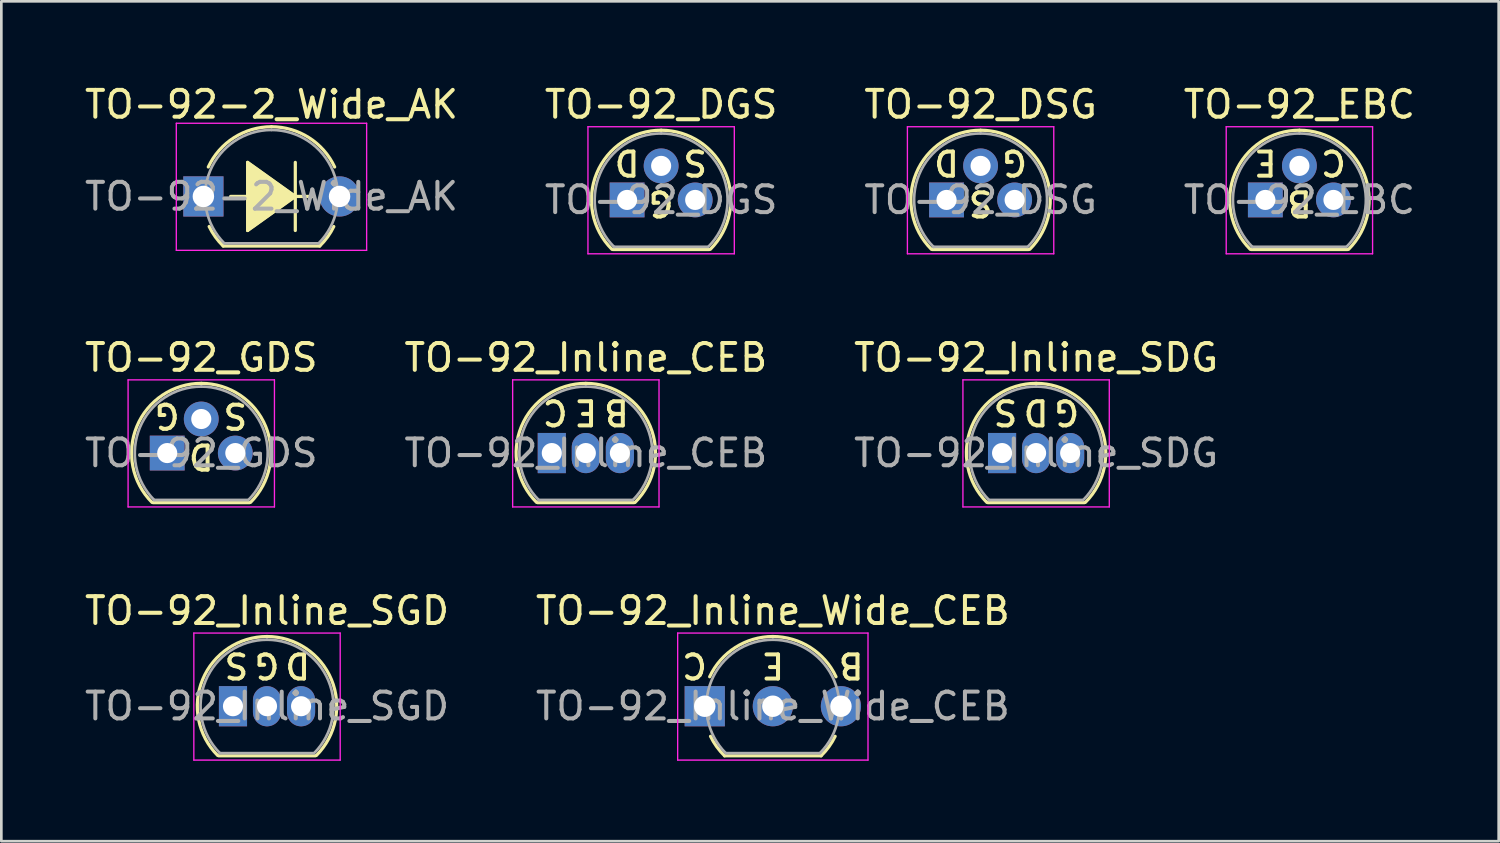
<source format=kicad_pcb>
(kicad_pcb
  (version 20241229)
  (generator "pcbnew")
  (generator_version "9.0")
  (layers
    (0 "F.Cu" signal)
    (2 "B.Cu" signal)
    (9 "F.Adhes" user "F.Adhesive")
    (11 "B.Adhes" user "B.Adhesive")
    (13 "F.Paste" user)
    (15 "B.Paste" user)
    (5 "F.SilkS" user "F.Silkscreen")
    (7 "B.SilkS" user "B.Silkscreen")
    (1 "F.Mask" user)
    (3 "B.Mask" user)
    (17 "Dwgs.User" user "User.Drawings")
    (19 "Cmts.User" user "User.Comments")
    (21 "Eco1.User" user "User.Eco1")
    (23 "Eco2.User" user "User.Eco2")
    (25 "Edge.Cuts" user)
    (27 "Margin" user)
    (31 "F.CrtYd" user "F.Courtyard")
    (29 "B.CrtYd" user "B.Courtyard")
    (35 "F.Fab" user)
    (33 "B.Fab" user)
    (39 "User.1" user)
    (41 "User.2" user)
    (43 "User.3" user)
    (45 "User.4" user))
  (footprint "TO-92_Inline_SGD"
    (layer "F.Cu")
    (at 5.641 23.295)
    (property "Reference" "TO-92_Inline_SGD" (at 1.27 -3.56 0) (layer "F.SilkS") (effects (font (size 1 1) (thickness 0.15))))
    (fp_line (start -0.53 1.85) (end 3.07 1.85) (stroke (width 0.12) (type solid)) (layer "F.SilkS"))
    (fp_arc (start -0.568478 1.838478) (mid -1.132087 -0.994977) (end 1.27 -2.6) (stroke (width 0.12) (type solid)) (layer "F.SilkS"))
    (fp_arc (start 1.27 -2.6) (mid 3.672087 -0.994977) (end 3.108478 1.838478) (stroke (width 0.12) (type solid)) (layer "F.SilkS"))
    (fp_line (start -1.46 -2.73) (end -1.46 2.01) (stroke (width 0.05) (type solid)) (layer "F.CrtYd"))
    (fp_line (start -1.46 -2.73) (end 4 -2.73) (stroke (width 0.05) (type solid)) (layer "F.CrtYd"))
    (fp_line (start 4 2.01) (end -1.46 2.01) (stroke (width 0.05) (type solid)) (layer "F.CrtYd"))
    (fp_line (start 4 2.01) (end 4 -2.73) (stroke (width 0.05) (type solid)) (layer "F.CrtYd"))
    (fp_line (start -0.5 1.75) (end 3 1.75) (stroke (width 0.1) (type solid)) (layer "F.Fab"))
    (fp_arc (start -0.483625 1.753625) (mid -1.021221 -0.949055) (end 1.27 -2.48) (stroke (width 0.1) (type solid)) (layer "F.Fab"))
    (fp_arc (start 1.27 -2.48) (mid 3.561221 -0.949055) (end 3.023625 1.753625) (stroke (width 0.1) (type solid)) (layer "F.Fab"))
    (fp_text user "G" (at 1.27 -1.524 180) (unlocked yes) (layer "F.SilkS") (effects (font (size 0.9 0.9) (thickness 0.15))))
    (fp_text user "S" (at 0.127 -1.524 180) (unlocked yes) (layer "F.SilkS") (effects (font (size 0.9 0.9) (thickness 0.15))))
    (fp_text user "D" (at 2.413 -1.524 180) (unlocked yes) (layer "F.SilkS") (effects (font (size 0.9 0.9) (thickness 0.15))))
    (fp_text user "${REFERENCE}" (at 1.27 0 0) (layer "F.Fab") (effects (font (size 1 1) (thickness 0.15))))
    (pad "1" thru_hole rect (at 0 0) (size 1.05 1.5) (drill 0.75) (layers "*.Cu" "*.Mask"))
    (pad "2" thru_hole oval (at 1.27 0) (size 1.05 1.5) (drill 0.75) (layers "*.Cu" "*.Mask"))
    (pad "3" thru_hole oval (at 2.54 0) (size 1.05 1.5) (drill 0.75) (layers "*.Cu" "*.Mask")))
  (footprint "TO-92_Inline_SDG"
    (layer "F.Cu")
    (at 34.331 13.851)
    (property "Reference" "TO-92_Inline_SDG" (at 1.27 -3.56 0) (layer "F.SilkS") (effects (font (size 1 1) (thickness 0.15))))
    (fp_line (start -0.53 1.85) (end 3.07 1.85) (stroke (width 0.12) (type solid)) (layer "F.SilkS"))
    (fp_arc (start -0.568478 1.838478) (mid -1.132087 -0.994977) (end 1.27 -2.6) (stroke (width 0.12) (type solid)) (layer "F.SilkS"))
    (fp_arc (start 1.27 -2.6) (mid 3.672087 -0.994977) (end 3.108478 1.838478) (stroke (width 0.12) (type solid)) (layer "F.SilkS"))
    (fp_line (start -1.46 -2.73) (end -1.46 2.01) (stroke (width 0.05) (type solid)) (layer "F.CrtYd"))
    (fp_line (start -1.46 -2.73) (end 4 -2.73) (stroke (width 0.05) (type solid)) (layer "F.CrtYd"))
    (fp_line (start 4 2.01) (end -1.46 2.01) (stroke (width 0.05) (type solid)) (layer "F.CrtYd"))
    (fp_line (start 4 2.01) (end 4 -2.73) (stroke (width 0.05) (type solid)) (layer "F.CrtYd"))
    (fp_line (start -0.5 1.75) (end 3 1.75) (stroke (width 0.1) (type solid)) (layer "F.Fab"))
    (fp_arc (start -0.483625 1.753625) (mid -1.021221 -0.949055) (end 1.27 -2.48) (stroke (width 0.1) (type solid)) (layer "F.Fab"))
    (fp_arc (start 1.27 -2.48) (mid 3.561221 -0.949055) (end 3.023625 1.753625) (stroke (width 0.1) (type solid)) (layer "F.Fab"))
    (fp_text user "S" (at 0.127 -1.524 180) (unlocked yes) (layer "F.SilkS") (effects (font (size 0.9 0.9) (thickness 0.15))))
    (fp_text user "D" (at 1.27 -1.524 180) (unlocked yes) (layer "F.SilkS") (effects (font (size 0.9 0.9) (thickness 0.15))))
    (fp_text user "G" (at 2.413 -1.524 180) (unlocked yes) (layer "F.SilkS") (effects (font (size 0.9 0.9) (thickness 0.15))))
    (fp_text user "${REFERENCE}" (at 1.27 0 0) (layer "F.Fab") (effects (font (size 1 1) (thickness 0.15))))
    (pad "1" thru_hole rect (at 0 0) (size 1.05 1.5) (drill 0.75) (layers "*.Cu" "*.Mask"))
    (pad "2" thru_hole oval (at 1.27 0) (size 1.05 1.5) (drill 0.75) (layers "*.Cu" "*.Mask"))
    (pad "3" thru_hole oval (at 2.54 0) (size 1.05 1.5) (drill 0.75) (layers "*.Cu" "*.Mask")))
  (footprint "TO-92_EBC"
    (layer "F.Cu")
    (at 44.153 4.408)
    (property "Reference" "TO-92_EBC" (at 1.27 -3.56 0) (layer "F.SilkS") (effects (font (size 1 1) (thickness 0.15))))
    (fp_line (start -0.53 1.85) (end 3.07 1.85) (stroke (width 0.12) (type solid)) (layer "F.SilkS"))
    (fp_arc (start -0.568478 1.838478) (mid -1.132087 -0.994977) (end 1.27 -2.6) (stroke (width 0.12) (type solid)) (layer "F.SilkS"))
    (fp_arc (start 1.27 -2.6) (mid 3.672087 -0.994977) (end 3.108478 1.838478) (stroke (width 0.12) (type solid)) (layer "F.SilkS"))
    (fp_line (start -1.46 -2.73) (end -1.46 2.01) (stroke (width 0.05) (type solid)) (layer "F.CrtYd"))
    (fp_line (start -1.46 -2.73) (end 4 -2.73) (stroke (width 0.05) (type solid)) (layer "F.CrtYd"))
    (fp_line (start 4 2.01) (end -1.46 2.01) (stroke (width 0.05) (type solid)) (layer "F.CrtYd"))
    (fp_line (start 4 2.01) (end 4 -2.73) (stroke (width 0.05) (type solid)) (layer "F.CrtYd"))
    (fp_line (start -0.5 1.75) (end 3 1.75) (stroke (width 0.1) (type solid)) (layer "F.Fab"))
    (fp_arc (start -0.483625 1.753625) (mid -1.021221 -0.949055) (end 1.27 -2.48) (stroke (width 0.1) (type solid)) (layer "F.Fab"))
    (fp_arc (start 1.27 -2.48) (mid 3.561221 -0.949055) (end 3.023625 1.753625) (stroke (width 0.1) (type solid)) (layer "F.Fab"))
    (fp_text user "B" (at 1.27 0.127 180) (unlocked yes) (layer "F.SilkS") (effects (font (size 0.9 0.9) (thickness 0.15))))
    (fp_text user "E" (at 0 -1.397 180) (unlocked yes) (layer "F.SilkS") (effects (font (size 0.9 0.9) (thickness 0.15))))
    (fp_text user "C" (at 2.54 -1.397 180) (unlocked yes) (layer "F.SilkS") (effects (font (size 0.9 0.9) (thickness 0.15))))
    (fp_text user "${REFERENCE}" (at 1.27 0 0) (layer "F.Fab") (effects (font (size 1 1) (thickness 0.15))))
    (pad "1" thru_hole rect (at 0 0 90) (size 1.3 1.3) (drill 0.75) (layers "*.Cu" "*.Mask"))
    (pad "2" thru_hole circle (at 1.27 -1.27 90) (size 1.3 1.3) (drill 0.75) (layers "*.Cu" "*.Mask"))
    (pad "3" thru_hole circle (at 2.54 0 90) (size 1.3 1.3) (drill 0.75) (layers "*.Cu" "*.Mask")))
  (footprint "TO-92_Inline_Wide_CEB"
    (layer "F.Cu")
    (at 23.24 23.295)
    (property "Reference" "TO-92_Inline_Wide_CEB" (at 2.54 -3.56 0) (layer "F.SilkS") (effects (font (size 1 1) (thickness 0.15))))
    (fp_line (start 0.74 1.85) (end 4.34 1.85) (stroke (width 0.12) (type solid)) (layer "F.SilkS"))
    (fp_arc (start 0.1836 -1.098807) (mid 1.143021 -2.192817) (end 2.54 -2.6) (stroke (width 0.12) (type solid)) (layer "F.SilkS"))
    (fp_arc (start 0.74 1.85) (mid 0.446097 1.509328) (end 0.215816 1.122795) (stroke (width 0.12) (type solid)) (layer "F.SilkS"))
    (fp_arc (start 2.54 -2.6) (mid 3.936979 -2.192818) (end 4.8964 -1.098807) (stroke (width 0.12) (type solid)) (layer "F.SilkS"))
    (fp_arc (start 4.864184 1.122795) (mid 4.633903 1.509328) (end 4.34 1.85) (stroke (width 0.12) (type solid)) (layer "F.SilkS"))
    (fp_line (start -1.01 -2.73) (end -1.01 2.01) (stroke (width 0.05) (type solid)) (layer "F.CrtYd"))
    (fp_line (start -1.01 -2.73) (end 6.09 -2.73) (stroke (width 0.05) (type solid)) (layer "F.CrtYd"))
    (fp_line (start 6.09 2.01) (end -1.01 2.01) (stroke (width 0.05) (type solid)) (layer "F.CrtYd"))
    (fp_line (start 6.09 2.01) (end 6.09 -2.73) (stroke (width 0.05) (type solid)) (layer "F.CrtYd"))
    (fp_line (start 0.8 1.75) (end 4.3 1.75) (stroke (width 0.1) (type solid)) (layer "F.Fab"))
    (fp_arc (start 0.786375 1.753625) (mid 0.248779 -0.949055) (end 2.54 -2.48) (stroke (width 0.1) (type solid)) (layer "F.Fab"))
    (fp_arc (start 2.54 -2.48) (mid 4.831221 -0.949055) (end 4.293625 1.753625) (stroke (width 0.1) (type solid)) (layer "F.Fab"))
    (fp_text user "B" (at 5.461 -1.524 180) (unlocked yes) (layer "F.SilkS") (effects (font (size 0.9 0.9) (thickness 0.15))))
    (fp_text user "C" (at -0.381 -1.524 180) (unlocked yes) (layer "F.SilkS") (effects (font (size 0.9 0.9) (thickness 0.15))))
    (fp_text user "E" (at 2.54 -1.524 180) (unlocked yes) (layer "F.SilkS") (effects (font (size 0.9 0.9) (thickness 0.15))))
    (fp_text user "${REFERENCE}" (at 2.54 0 0) (layer "F.Fab") (effects (font (size 1 1) (thickness 0.15))))
    (pad "1" thru_hole rect (at 0 0 90) (size 1.5 1.5) (drill 0.8) (layers "*.Cu" "*.Mask"))
    (pad "2" thru_hole circle (at 2.54 0 90) (size 1.5 1.5) (drill 0.8) (layers "*.Cu" "*.Mask"))
    (pad "3" thru_hole circle (at 5.08 0 90) (size 1.5 1.5) (drill 0.8) (layers "*.Cu" "*.Mask")))
  (footprint "TO-92_DGS"
    (layer "F.Cu")
    (at 20.343 4.408)
    (property "Reference" "TO-92_DGS" (at 1.27 -3.56 0) (layer "F.SilkS") (effects (font (size 1 1) (thickness 0.15))))
    (fp_line (start -0.53 1.85) (end 3.07 1.85) (stroke (width 0.12) (type solid)) (layer "F.SilkS"))
    (fp_arc (start -0.568478 1.838478) (mid -1.132087 -0.994977) (end 1.27 -2.6) (stroke (width 0.12) (type solid)) (layer "F.SilkS"))
    (fp_arc (start 1.27 -2.6) (mid 3.672087 -0.994977) (end 3.108478 1.838478) (stroke (width 0.12) (type solid)) (layer "F.SilkS"))
    (fp_line (start -1.46 -2.73) (end -1.46 2.01) (stroke (width 0.05) (type solid)) (layer "F.CrtYd"))
    (fp_line (start -1.46 -2.73) (end 4 -2.73) (stroke (width 0.05) (type solid)) (layer "F.CrtYd"))
    (fp_line (start 4 2.01) (end -1.46 2.01) (stroke (width 0.05) (type solid)) (layer "F.CrtYd"))
    (fp_line (start 4 2.01) (end 4 -2.73) (stroke (width 0.05) (type solid)) (layer "F.CrtYd"))
    (fp_line (start -0.5 1.75) (end 3 1.75) (stroke (width 0.1) (type solid)) (layer "F.Fab"))
    (fp_arc (start -0.483625 1.753625) (mid -1.021221 -0.949055) (end 1.27 -2.48) (stroke (width 0.1) (type solid)) (layer "F.Fab"))
    (fp_arc (start 1.27 -2.48) (mid 3.561221 -0.949055) (end 3.023625 1.753625) (stroke (width 0.1) (type solid)) (layer "F.Fab"))
    (fp_text user "G" (at 1.27 0.127 180) (unlocked yes) (layer "F.SilkS") (effects (font (size 0.9 0.9) (thickness 0.15))))
    (fp_text user "S" (at 2.54 -1.397 180) (unlocked yes) (layer "F.SilkS") (effects (font (size 0.9 0.9) (thickness 0.15))))
    (fp_text user "D" (at 0 -1.397 180) (unlocked yes) (layer "F.SilkS") (effects (font (size 0.9 0.9) (thickness 0.15))))
    (fp_text user "${REFERENCE}" (at 1.27 0 0) (layer "F.Fab") (effects (font (size 1 1) (thickness 0.15))))
    (pad "1" thru_hole rect (at 0 0 90) (size 1.3 1.3) (drill 0.75) (layers "*.Cu" "*.Mask"))
    (pad "2" thru_hole circle (at 1.27 -1.27 90) (size 1.3 1.3) (drill 0.75) (layers "*.Cu" "*.Mask"))
    (pad "3" thru_hole circle (at 2.54 0 90) (size 1.3 1.3) (drill 0.75) (layers "*.Cu" "*.Mask")))
  (footprint "TO-92_GDS"
    (layer "F.Cu")
    (at 3.188 13.851)
    (property "Reference" "TO-92_GDS" (at 1.27 -3.56 0) (layer "F.SilkS") (effects (font (size 1 1) (thickness 0.15))))
    (fp_line (start -0.53 1.85) (end 3.07 1.85) (stroke (width 0.12) (type solid)) (layer "F.SilkS"))
    (fp_arc (start -0.568478 1.838478) (mid -1.132087 -0.994977) (end 1.27 -2.6) (stroke (width 0.12) (type solid)) (layer "F.SilkS"))
    (fp_arc (start 1.27 -2.6) (mid 3.672087 -0.994977) (end 3.108478 1.838478) (stroke (width 0.12) (type solid)) (layer "F.SilkS"))
    (fp_line (start -1.46 -2.73) (end -1.46 2.01) (stroke (width 0.05) (type solid)) (layer "F.CrtYd"))
    (fp_line (start -1.46 -2.73) (end 4 -2.73) (stroke (width 0.05) (type solid)) (layer "F.CrtYd"))
    (fp_line (start 4 2.01) (end -1.46 2.01) (stroke (width 0.05) (type solid)) (layer "F.CrtYd"))
    (fp_line (start 4 2.01) (end 4 -2.73) (stroke (width 0.05) (type solid)) (layer "F.CrtYd"))
    (fp_line (start -0.5 1.75) (end 3 1.75) (stroke (width 0.1) (type solid)) (layer "F.Fab"))
    (fp_arc (start -0.483625 1.753625) (mid -1.021221 -0.949055) (end 1.27 -2.48) (stroke (width 0.1) (type solid)) (layer "F.Fab"))
    (fp_arc (start 1.27 -2.48) (mid 3.561221 -0.949055) (end 3.023625 1.753625) (stroke (width 0.1) (type solid)) (layer "F.Fab"))
    (fp_text user "S" (at 2.54 -1.397 180) (unlocked yes) (layer "F.SilkS") (effects (font (size 0.9 0.9) (thickness 0.15))))
    (fp_text user "G" (at 0 -1.397 180) (unlocked yes) (layer "F.SilkS") (effects (font (size 0.9 0.9) (thickness 0.15))))
    (fp_text user "D" (at 1.27 0.127 180) (unlocked yes) (layer "F.SilkS") (effects (font (size 0.9 0.9) (thickness 0.15))))
    (fp_text user "${REFERENCE}" (at 1.27 0 0) (layer "F.Fab") (effects (font (size 1 1) (thickness 0.15))))
    (pad "1" thru_hole rect (at 0 0 90) (size 1.3 1.3) (drill 0.75) (layers "*.Cu" "*.Mask"))
    (pad "2" thru_hole circle (at 1.27 -1.27 90) (size 1.3 1.3) (drill 0.75) (layers "*.Cu" "*.Mask"))
    (pad "3" thru_hole circle (at 2.54 0 90) (size 1.3 1.3) (drill 0.75) (layers "*.Cu" "*.Mask")))
  (footprint "TO-92_DSG"
    (layer "F.Cu")
    (at 32.26 4.408)
    (property "Reference" "TO-92_DSG" (at 1.27 -3.56 0) (layer "F.SilkS") (effects (font (size 1 1) (thickness 0.15))))
    (fp_line (start -0.53 1.85) (end 3.07 1.85) (stroke (width 0.12) (type solid)) (layer "F.SilkS"))
    (fp_arc (start -0.568478 1.838478) (mid -1.132087 -0.994977) (end 1.27 -2.6) (stroke (width 0.12) (type solid)) (layer "F.SilkS"))
    (fp_arc (start 1.27 -2.6) (mid 3.672087 -0.994977) (end 3.108478 1.838478) (stroke (width 0.12) (type solid)) (layer "F.SilkS"))
    (fp_line (start -1.46 -2.73) (end -1.46 2.01) (stroke (width 0.05) (type solid)) (layer "F.CrtYd"))
    (fp_line (start -1.46 -2.73) (end 4 -2.73) (stroke (width 0.05) (type solid)) (layer "F.CrtYd"))
    (fp_line (start 4 2.01) (end -1.46 2.01) (stroke (width 0.05) (type solid)) (layer "F.CrtYd"))
    (fp_line (start 4 2.01) (end 4 -2.73) (stroke (width 0.05) (type solid)) (layer "F.CrtYd"))
    (fp_line (start -0.5 1.75) (end 3 1.75) (stroke (width 0.1) (type solid)) (layer "F.Fab"))
    (fp_arc (start -0.483625 1.753625) (mid -1.021221 -0.949055) (end 1.27 -2.48) (stroke (width 0.1) (type solid)) (layer "F.Fab"))
    (fp_arc (start 1.27 -2.48) (mid 3.561221 -0.949055) (end 3.023625 1.753625) (stroke (width 0.1) (type solid)) (layer "F.Fab"))
    (fp_text user "G" (at 2.54 -1.397 180) (unlocked yes) (layer "F.SilkS") (effects (font (size 0.9 0.9) (thickness 0.15))))
    (fp_text user "D" (at 0 -1.397 180) (unlocked yes) (layer "F.SilkS") (effects (font (size 0.9 0.9) (thickness 0.15))))
    (fp_text user "S" (at 1.27 0.127 180) (unlocked yes) (layer "F.SilkS") (effects (font (size 0.9 0.9) (thickness 0.15))))
    (fp_text user "${REFERENCE}" (at 1.27 0 0) (layer "F.Fab") (effects (font (size 1 1) (thickness 0.15))))
    (pad "1" thru_hole rect (at 0 0 90) (size 1.3 1.3) (drill 0.75) (layers "*.Cu" "*.Mask"))
    (pad "2" thru_hole circle (at 1.27 -1.27 90) (size 1.3 1.3) (drill 0.75) (layers "*.Cu" "*.Mask"))
    (pad "3" thru_hole circle (at 2.54 0 90) (size 1.3 1.3) (drill 0.75) (layers "*.Cu" "*.Mask")))
  (footprint "TO-92-2_Wide_AK"
    (layer "F.Cu")
    (at 4.537 4.278)
    (property "Reference" "TO-92-2_Wide_AK" (at 2.54 -3.43 0) (layer "F.SilkS") (effects (font (size 1 1) (thickness 0.15))))
    (fp_line (start 0.74 1.85) (end 4.34 1.85) (stroke (width 0.12) (type solid)) (layer "F.SilkS"))
    (fp_line (start 1.016 0) (end 1.651 0) (stroke (width 0.12) (type solid)) (layer "F.SilkS"))
    (fp_line (start 1.651 -1.27) (end 3.429 0) (stroke (width 0.12) (type solid)) (layer "F.SilkS"))
    (fp_line (start 1.651 1.27) (end 1.651 -1.27) (stroke (width 0.12) (type solid)) (layer "F.SilkS"))
    (fp_line (start 3.429 -1.27) (end 3.429 0) (stroke (width 0.12) (type solid)) (layer "F.SilkS"))
    (fp_line (start 3.429 0) (end 1.651 1.27) (stroke (width 0.12) (type solid)) (layer "F.SilkS"))
    (fp_line (start 3.429 0) (end 3.429 1.27) (stroke (width 0.12) (type solid)) (layer "F.SilkS"))
    (fp_line (start 4.064 0) (end 3.429 0) (stroke (width 0.12) (type solid)) (layer "F.SilkS"))
    (fp_arc (start 0.1836 -1.098807) (mid 1.143021 -2.192817) (end 2.54 -2.6) (stroke (width 0.12) (type solid)) (layer "F.SilkS"))
    (fp_arc (start 0.74 1.85) (mid 0.446097 1.509328) (end 0.215816 1.122795) (stroke (width 0.12) (type solid)) (layer "F.SilkS"))
    (fp_arc (start 2.54 -2.6) (mid 3.936979 -2.192818) (end 4.8964 -1.098807) (stroke (width 0.12) (type solid)) (layer "F.SilkS"))
    (fp_arc (start 4.864184 1.122795) (mid 4.633903 1.509328) (end 4.34 1.85) (stroke (width 0.12) (type solid)) (layer "F.SilkS"))
    (fp_poly (pts (xy 1.651 -1.27) (xy 3.429 0) (xy 1.651 1.27)) (stroke (width 0.1) (type solid)) (fill yes) (layer "F.SilkS"))
    (fp_line (start -1.01 -2.73) (end -1.01 2.01) (stroke (width 0.05) (type solid)) (layer "F.CrtYd"))
    (fp_line (start -1.01 -2.73) (end 6.09 -2.73) (stroke (width 0.05) (type solid)) (layer "F.CrtYd"))
    (fp_line (start 6.09 2.01) (end -1.01 2.01) (stroke (width 0.05) (type solid)) (layer "F.CrtYd"))
    (fp_line (start 6.09 2.01) (end 6.09 -2.73) (stroke (width 0.05) (type solid)) (layer "F.CrtYd"))
    (fp_line (start 0.8 1.75) (end 4.3 1.75) (stroke (width 0.1) (type solid)) (layer "F.Fab"))
    (fp_arc (start 0.786375 1.753625) (mid 0.248779 -0.949055) (end 2.54 -2.48) (stroke (width 0.1) (type solid)) (layer "F.Fab"))
    (fp_arc (start 2.54 -2.48) (mid 4.831221 -0.949055) (end 4.293625 1.753625) (stroke (width 0.1) (type solid)) (layer "F.Fab"))
    (fp_text user "${REFERENCE}" (at 2.54 0 0) (layer "F.Fab") (effects (font (size 1 1) (thickness 0.15))))
    (pad "1" thru_hole rect (at 0 0 90) (size 1.5 1.5) (drill 0.8) (layers "*.Cu" "*.Mask"))
    (pad "2" thru_hole circle (at 5.08 0 90) (size 1.5 1.5) (drill 0.8) (layers "*.Cu" "*.Mask")))
  (footprint "TO-92_Inline_CEB"
    (layer "F.Cu")
    (at 17.534 13.851)
    (property "Reference" "TO-92_Inline_CEB" (at 1.27 -3.56 0) (layer "F.SilkS") (effects (font (size 1 1) (thickness 0.15))))
    (fp_line (start -0.53 1.85) (end 3.07 1.85) (stroke (width 0.12) (type solid)) (layer "F.SilkS"))
    (fp_arc (start -0.568478 1.838478) (mid -1.132087 -0.994977) (end 1.27 -2.6) (stroke (width 0.12) (type solid)) (layer "F.SilkS"))
    (fp_arc (start 1.27 -2.6) (mid 3.672087 -0.994977) (end 3.108478 1.838478) (stroke (width 0.12) (type solid)) (layer "F.SilkS"))
    (fp_line (start -1.46 -2.73) (end -1.46 2.01) (stroke (width 0.05) (type solid)) (layer "F.CrtYd"))
    (fp_line (start -1.46 -2.73) (end 4 -2.73) (stroke (width 0.05) (type solid)) (layer "F.CrtYd"))
    (fp_line (start 4 2.01) (end -1.46 2.01) (stroke (width 0.05) (type solid)) (layer "F.CrtYd"))
    (fp_line (start 4 2.01) (end 4 -2.73) (stroke (width 0.05) (type solid)) (layer "F.CrtYd"))
    (fp_line (start -0.5 1.75) (end 3 1.75) (stroke (width 0.1) (type solid)) (layer "F.Fab"))
    (fp_arc (start -0.483625 1.753625) (mid -1.021221 -0.949055) (end 1.27 -2.48) (stroke (width 0.1) (type solid)) (layer "F.Fab"))
    (fp_arc (start 1.27 -2.48) (mid 3.561221 -0.949055) (end 3.023625 1.753625) (stroke (width 0.1) (type solid)) (layer "F.Fab"))
    (fp_text user "B" (at 2.413 -1.524 180) (unlocked yes) (layer "F.SilkS") (effects (font (size 0.9 0.9) (thickness 0.15))))
    (fp_text user "E" (at 1.27 -1.524 180) (unlocked yes) (layer "F.SilkS") (effects (font (size 0.9 0.9) (thickness 0.15))))
    (fp_text user "C" (at 0.127 -1.524 180) (unlocked yes) (layer "F.SilkS") (effects (font (size 0.9 0.9) (thickness 0.15))))
    (fp_text user "${REFERENCE}" (at 1.27 0 0) (layer "F.Fab") (effects (font (size 1 1) (thickness 0.15))))
    (pad "1" thru_hole rect (at 0 0) (size 1.05 1.5) (drill 0.75) (layers "*.Cu" "*.Mask"))
    (pad "2" thru_hole oval (at 1.27 0) (size 1.05 1.5) (drill 0.75) (layers "*.Cu" "*.Mask"))
    (pad "3" thru_hole oval (at 2.54 0) (size 1.05 1.5) (drill 0.75) (layers "*.Cu" "*.Mask")))
  (gr_rect
    (start -3 -3)
    (end 52.857 28.33)
    (stroke (width 0.1) (type default))
    (fill no)
    (layer "Edge.Cuts")))
</source>
